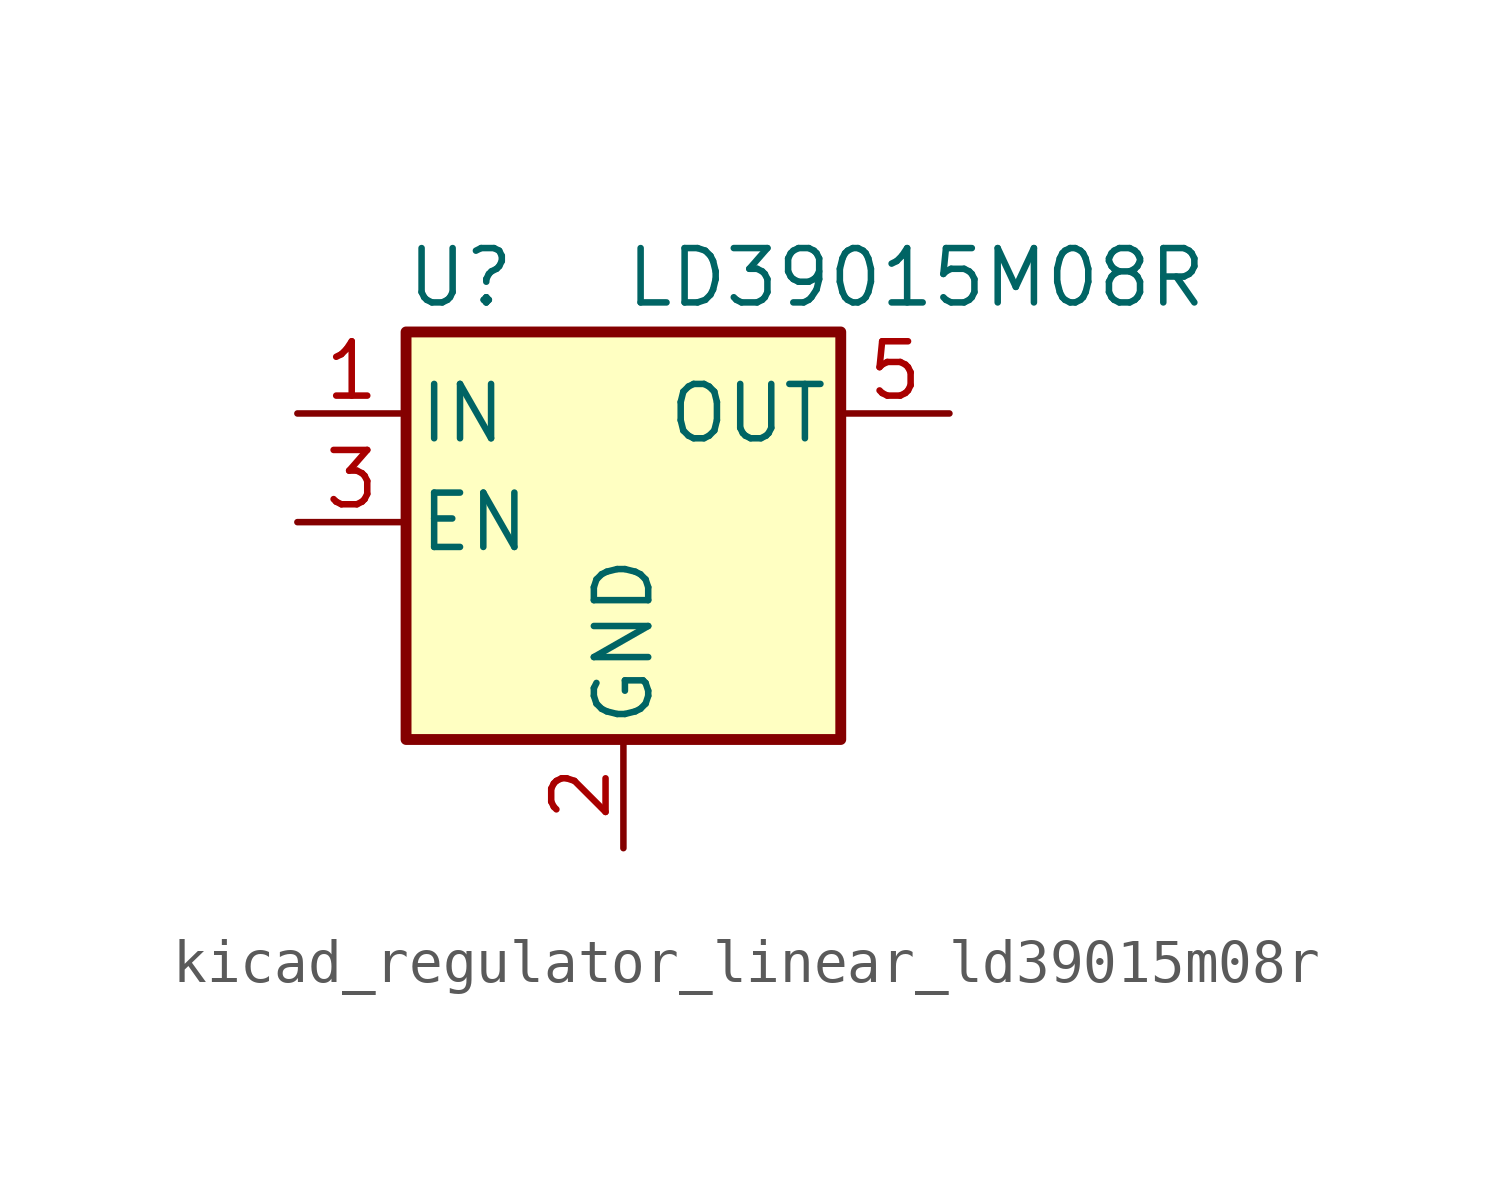
<source format=kicad_sym>
(kicad_symbol_lib
  (version 20220914)
  (generator kicad_symbol_editor)
  (symbol "kicad_regulator_linear_ld39015m08r"
    (pin_names
      (offset 0.254))
    (property "Reference" "U"
      (at -3.81 5.715 0)
      (effects (font (size 1.27 1.27))))
    (property "Value" "LD39015M08R"
      (at 0 5.715 0)
      (effects (font (size 1.27 1.27)) (justify left)))
    (symbol "kicad_regulator_linear_ld39015m08r_0_1"
      (rectangle (start -5.08 4.445) (end 5.08 -5.08) (stroke (width 0.254) (type default)) (fill (type background))))
    (symbol "kicad_regulator_linear_ld39015m08r_1_1"
      (pin power_in line (at -7.62 2.54 0) (length 2.54) (name "IN" (effects (font (size 1.27 1.27)))) (number "1" (effects (font (size 1.27 1.27)))))
      (pin power_in line (at 0 -7.62 90) (length 2.54) (name "GND" (effects (font (size 1.27 1.27)))) (number "2" (effects (font (size 1.27 1.27)))))
      (pin input line (at -7.62 0 0) (length 2.54) (name "EN" (effects (font (size 1.27 1.27)))) (number "3" (effects (font (size 1.27 1.27)))))
      (pin no_connect line (at 5.08 0 180) (length 2.54) hide (name "NC" (effects (font (size 1.27 1.27)))) (number "4" (effects (font (size 1.27 1.27)))))
      (pin power_out line (at 7.62 2.54 180) (length 2.54) (name "OUT" (effects (font (size 1.27 1.27)))) (number "5" (effects (font (size 1.27 1.27))))))))
</source>
